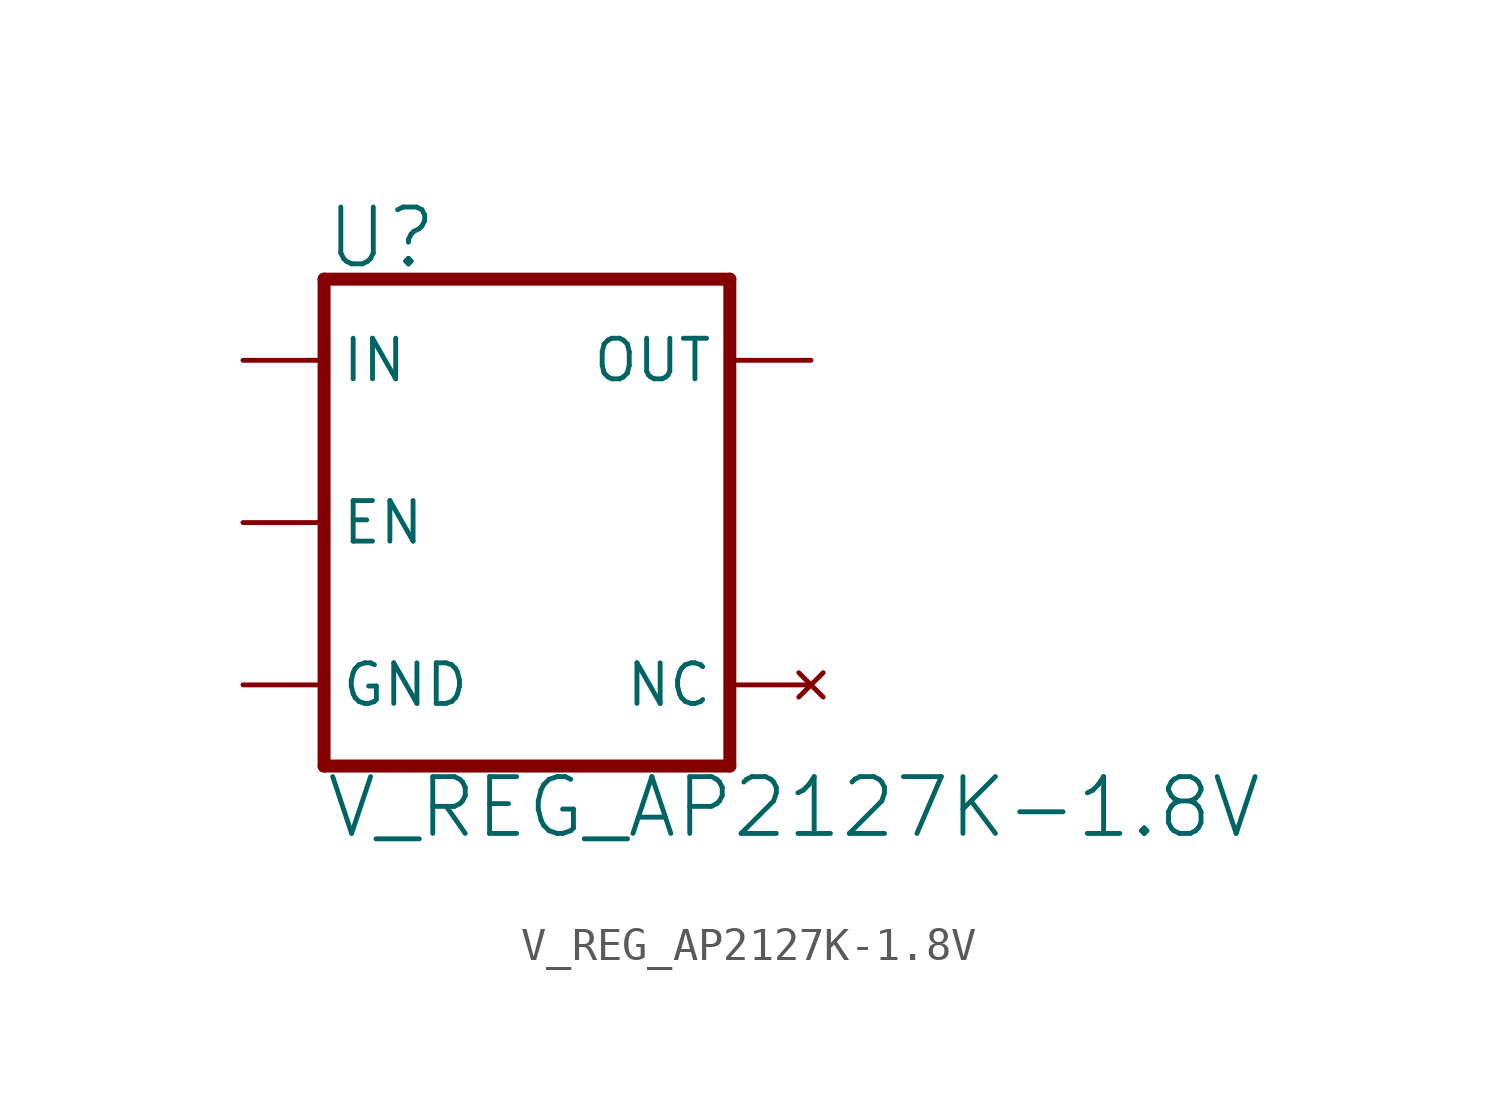
<source format=kicad_sym>
(kicad_symbol_lib
  (version 20211014)
  (generator kicad_symbol_editor)
  (symbol "V_REG_AP2127K-1.8V"
    (property "Reference" "U"
      (at -7.62 7.874 0)
      (effects (font (size 1.778 1.778)) (justify left bottom)))
    (property "Value" "V_REG_AP2127K-1.8V"
      (at -7.62 -7.874 0)
      (effects (font (size 1.778 1.778)) (justify left top)))
    (property "ki_locked" ""
      (at 0 0 0)
      (effects (font (size 1.27 1.27))))
    (symbol "V_REG_AP2127K-1.8V_1_0"
      (polyline (pts (xy -7.62 -7.62) (xy 5.08 -7.62)) (stroke (width 0.406) (type default) (color 0 0 0 0)) (fill (type none)))
      (polyline (pts (xy -7.62 7.62) (xy -7.62 -7.62)) (stroke (width 0.406) (type default) (color 0 0 0 0)) (fill (type none)))
      (polyline (pts (xy 5.08 -7.62) (xy 5.08 7.62)) (stroke (width 0.406) (type default) (color 0 0 0 0)) (fill (type none)))
      (polyline (pts (xy 5.08 7.62) (xy -7.62 7.62)) (stroke (width 0.406) (type default) (color 0 0 0 0)) (fill (type none)))
      (pin input line (at -10.16 5.08 0) (length 2.54) (name "IN" (effects (font (size 1.27 1.27)))) (number "1" (effects (font (size 0 0)))))
      (pin input line (at -10.16 -5.08 0) (length 2.54) (name "GND" (effects (font (size 1.27 1.27)))) (number "2" (effects (font (size 0 0)))))
      (pin input line (at -10.16 0 0) (length 2.54) (name "EN" (effects (font (size 1.27 1.27)))) (number "3" (effects (font (size 0 0)))))
      (pin no_connect line (at 7.62 -5.08 180) (length 2.54) (name "NC" (effects (font (size 1.27 1.27)))) (number "4" (effects (font (size 0 0)))))
      (pin passive line (at 7.62 5.08 180) (length 2.54) (name "OUT" (effects (font (size 1.27 1.27)))) (number "5" (effects (font (size 0 0))))))))
</source>
